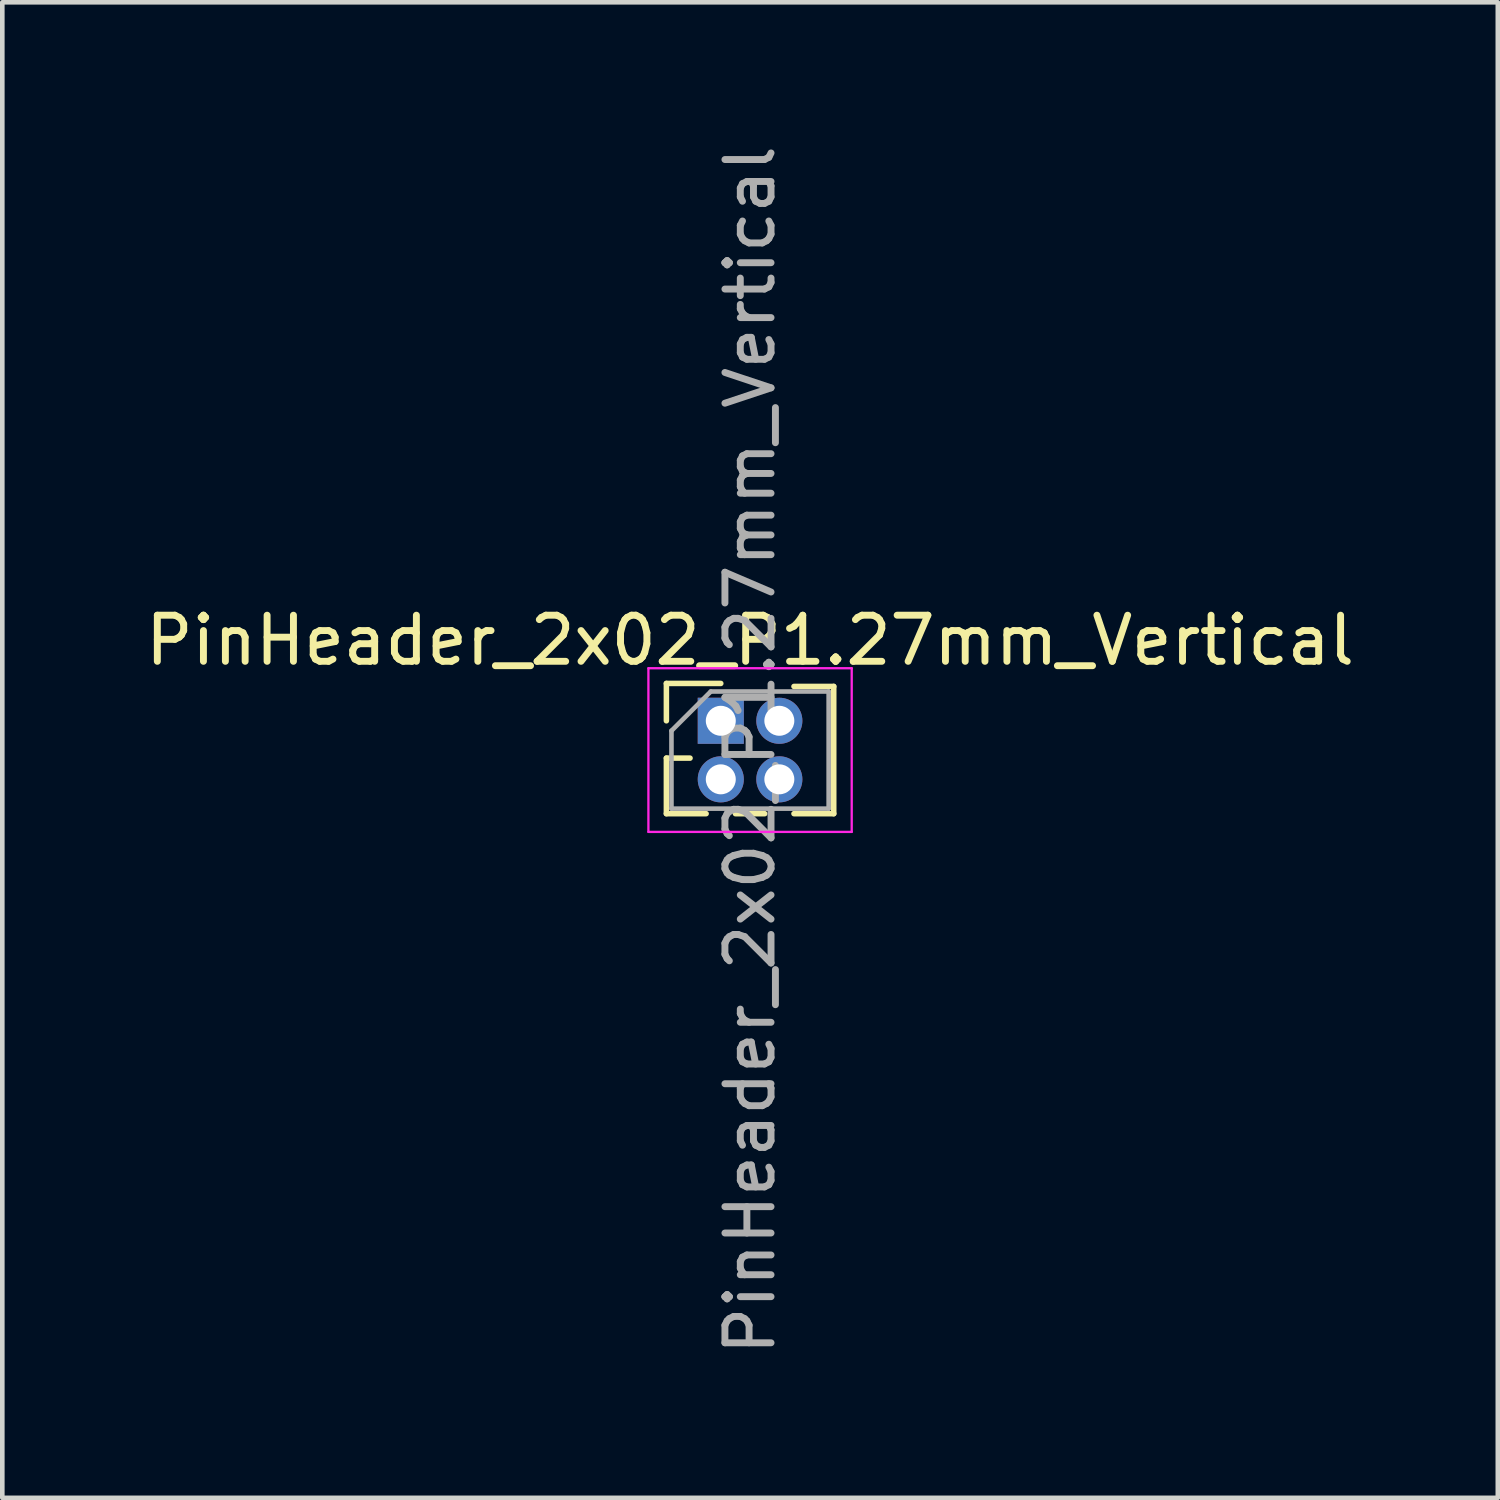
<source format=kicad_pcb>
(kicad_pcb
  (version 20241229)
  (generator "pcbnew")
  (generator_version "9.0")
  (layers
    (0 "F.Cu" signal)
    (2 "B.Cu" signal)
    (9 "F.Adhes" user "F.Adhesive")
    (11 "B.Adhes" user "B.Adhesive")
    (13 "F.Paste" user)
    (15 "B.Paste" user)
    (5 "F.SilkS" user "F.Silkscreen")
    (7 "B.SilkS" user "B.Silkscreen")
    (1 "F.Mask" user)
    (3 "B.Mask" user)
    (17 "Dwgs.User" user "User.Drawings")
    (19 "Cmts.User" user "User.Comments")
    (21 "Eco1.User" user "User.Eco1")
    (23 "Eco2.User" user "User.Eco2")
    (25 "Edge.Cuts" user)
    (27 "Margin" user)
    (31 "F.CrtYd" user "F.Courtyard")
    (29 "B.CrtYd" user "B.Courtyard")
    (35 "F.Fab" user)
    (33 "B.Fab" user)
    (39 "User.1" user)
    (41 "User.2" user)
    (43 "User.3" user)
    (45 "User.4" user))
  (footprint "PinHeader_2x02_P1.27mm_Vertical"
    (layer "F.Cu")
    (at 12.585 12.585)
    (property "Reference" "PinHeader_2x02_P1.27mm_Vertical" (at 0.635 -1.745 0) (layer "F.SilkS") (effects (font (size 1 1) (thickness 0.15))))
    (attr through_hole)
    (fp_line (start -1.18 -0.81) (end 0 -0.81) (stroke (width 0.12) (type solid)) (layer "F.SilkS"))
    (fp_line (start -1.18 0) (end -1.18 -0.81) (stroke (width 0.12) (type solid)) (layer "F.SilkS"))
    (fp_line (start -1.18 0.81) (end -1.18 2.015) (stroke (width 0.12) (type solid)) (layer "F.SilkS"))
    (fp_line (start -1.18 0.81) (end -0.667 0.81) (stroke (width 0.12) (type solid)) (layer "F.SilkS"))
    (fp_line (start -1.18 2.015) (end -0.318 2.015) (stroke (width 0.12) (type solid)) (layer "F.SilkS"))
    (fp_line (start 0.318 2.015) (end 0.952 2.015) (stroke (width 0.12) (type solid)) (layer "F.SilkS"))
    (fp_line (start 1.588 -0.745) (end 2.45 -0.745) (stroke (width 0.12) (type solid)) (layer "F.SilkS"))
    (fp_line (start 1.588 2.015) (end 2.45 2.015) (stroke (width 0.12) (type solid)) (layer "F.SilkS"))
    (fp_line (start 2.45 -0.745) (end 2.45 2.015) (stroke (width 0.12) (type solid)) (layer "F.SilkS"))
    (fp_line (start -1.57 -1.14) (end -1.57 2.41) (stroke (width 0.05) (type solid)) (layer "F.CrtYd"))
    (fp_line (start -1.57 2.41) (end 2.84 2.41) (stroke (width 0.05) (type solid)) (layer "F.CrtYd"))
    (fp_line (start 2.84 -1.14) (end -1.57 -1.14) (stroke (width 0.05) (type solid)) (layer "F.CrtYd"))
    (fp_line (start 2.84 2.41) (end 2.84 -1.14) (stroke (width 0.05) (type solid)) (layer "F.CrtYd"))
    (fp_line (start -1.07 0.217) (end -0.217 -0.635) (stroke (width 0.1) (type solid)) (layer "F.Fab"))
    (fp_line (start -1.07 1.905) (end -1.07 0.217) (stroke (width 0.1) (type solid)) (layer "F.Fab"))
    (fp_line (start -0.217 -0.635) (end 2.34 -0.635) (stroke (width 0.1) (type solid)) (layer "F.Fab"))
    (fp_line (start 2.34 -0.635) (end 2.34 1.905) (stroke (width 0.1) (type solid)) (layer "F.Fab"))
    (fp_line (start 2.34 1.905) (end -1.07 1.905) (stroke (width 0.1) (type solid)) (layer "F.Fab"))
    (fp_text user "${REFERENCE}" (at 0.635 0.635 90) (layer "F.Fab") (effects (font (size 1 1) (thickness 0.15))))
    (pad "1" thru_hole rect (at 0 0) (size 1 1) (drill 0.65) (layers "*.Cu" "*.Mask"))
    (pad "2" thru_hole circle (at 1.27 0) (size 1 1) (drill 0.65) (layers "*.Cu" "*.Mask"))
    (pad "3" thru_hole circle (at 0 1.27) (size 1 1) (drill 0.65) (layers "*.Cu" "*.Mask"))
    (pad "4" thru_hole circle (at 1.27 1.27) (size 1 1) (drill 0.65) (layers "*.Cu" "*.Mask")))
  (gr_rect
    (start -3 -3)
    (end 29.44 29.44)
    (stroke (width 0.1) (type default))
    (fill no)
    (layer "Edge.Cuts")))
</source>
